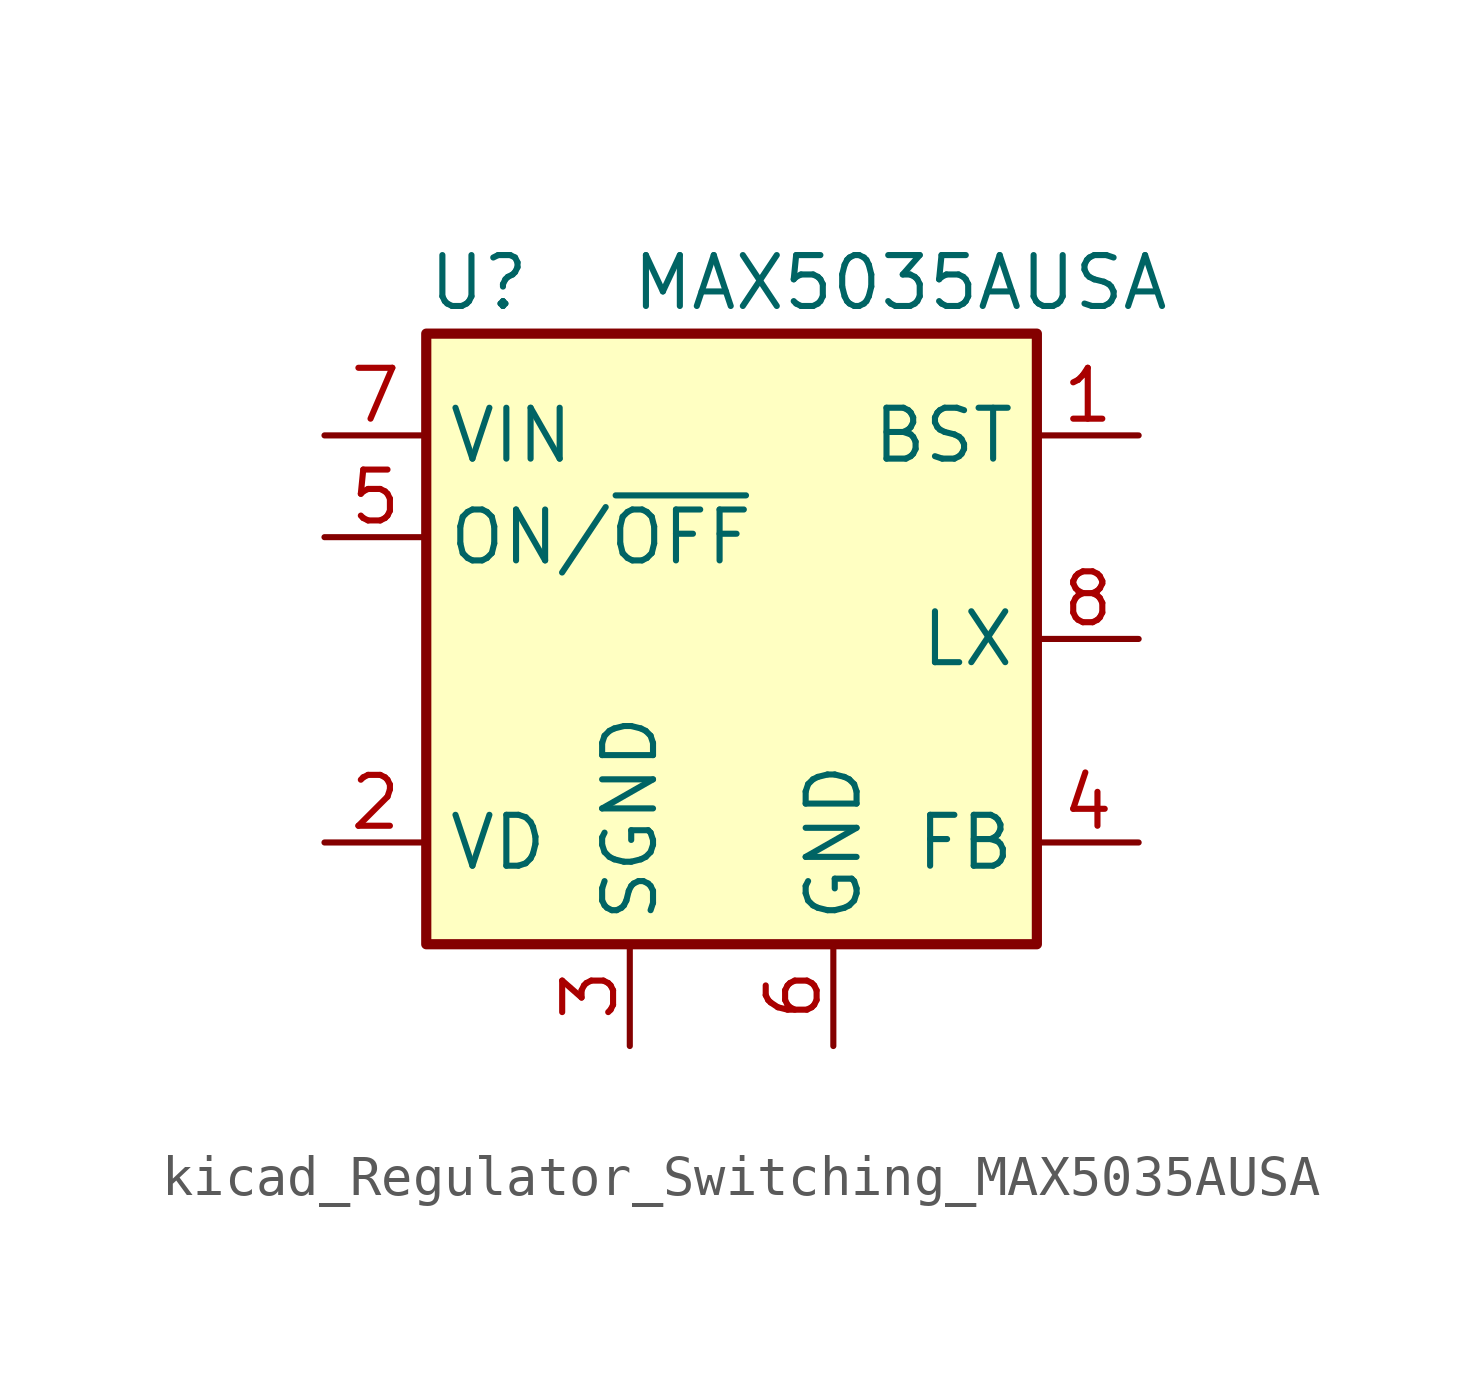
<source format=kicad_sym>
(kicad_symbol_lib
  (version 20220914)
  (generator kicad_symbol_editor)
  (symbol "kicad_Regulator_Switching_MAX5035AUSA"
    (property "Reference" "U"
      (at -7.62 8.89 0)
      (effects (font (size 1.27 1.27)) (justify left)))
    (property "Value" "MAX5035AUSA"
      (at -2.54 8.89 0)
      (effects (font (size 1.27 1.27)) (justify left)))
    (symbol "kicad_Regulator_Switching_MAX5035AUSA_0_1"
      (rectangle (start -7.62 7.62) (end 7.62 -7.62) (stroke (width 0.254) (type default)) (fill (type background))))
    (symbol "kicad_Regulator_Switching_MAX5035AUSA_1_1"
      (pin passive line (at 10.16 5.08 180) (length 2.54) (name "BST" (effects (font (size 1.27 1.27)))) (number "1" (effects (font (size 1.27 1.27)))))
      (pin passive line (at -10.16 -5.08 0) (length 2.54) (name "VD" (effects (font (size 1.27 1.27)))) (number "2" (effects (font (size 1.27 1.27)))))
      (pin power_in line (at -2.54 -10.16 90) (length 2.54) (name "SGND" (effects (font (size 1.27 1.27)))) (number "3" (effects (font (size 1.27 1.27)))))
      (pin input line (at 10.16 -5.08 180) (length 2.54) (name "FB" (effects (font (size 1.27 1.27)))) (number "4" (effects (font (size 1.27 1.27)))))
      (pin input line (at -10.16 2.54 0) (length 2.54) (name "ON/~{OFF}" (effects (font (size 1.27 1.27)))) (number "5" (effects (font (size 1.27 1.27)))))
      (pin power_in line (at 2.54 -10.16 90) (length 2.54) (name "GND" (effects (font (size 1.27 1.27)))) (number "6" (effects (font (size 1.27 1.27)))))
      (pin power_in line (at -10.16 5.08 0) (length 2.54) (name "VIN" (effects (font (size 1.27 1.27)))) (number "7" (effects (font (size 1.27 1.27)))))
      (pin output line (at 10.16 0 180) (length 2.54) (name "LX" (effects (font (size 1.27 1.27)))) (number "8" (effects (font (size 1.27 1.27))))))))
</source>
